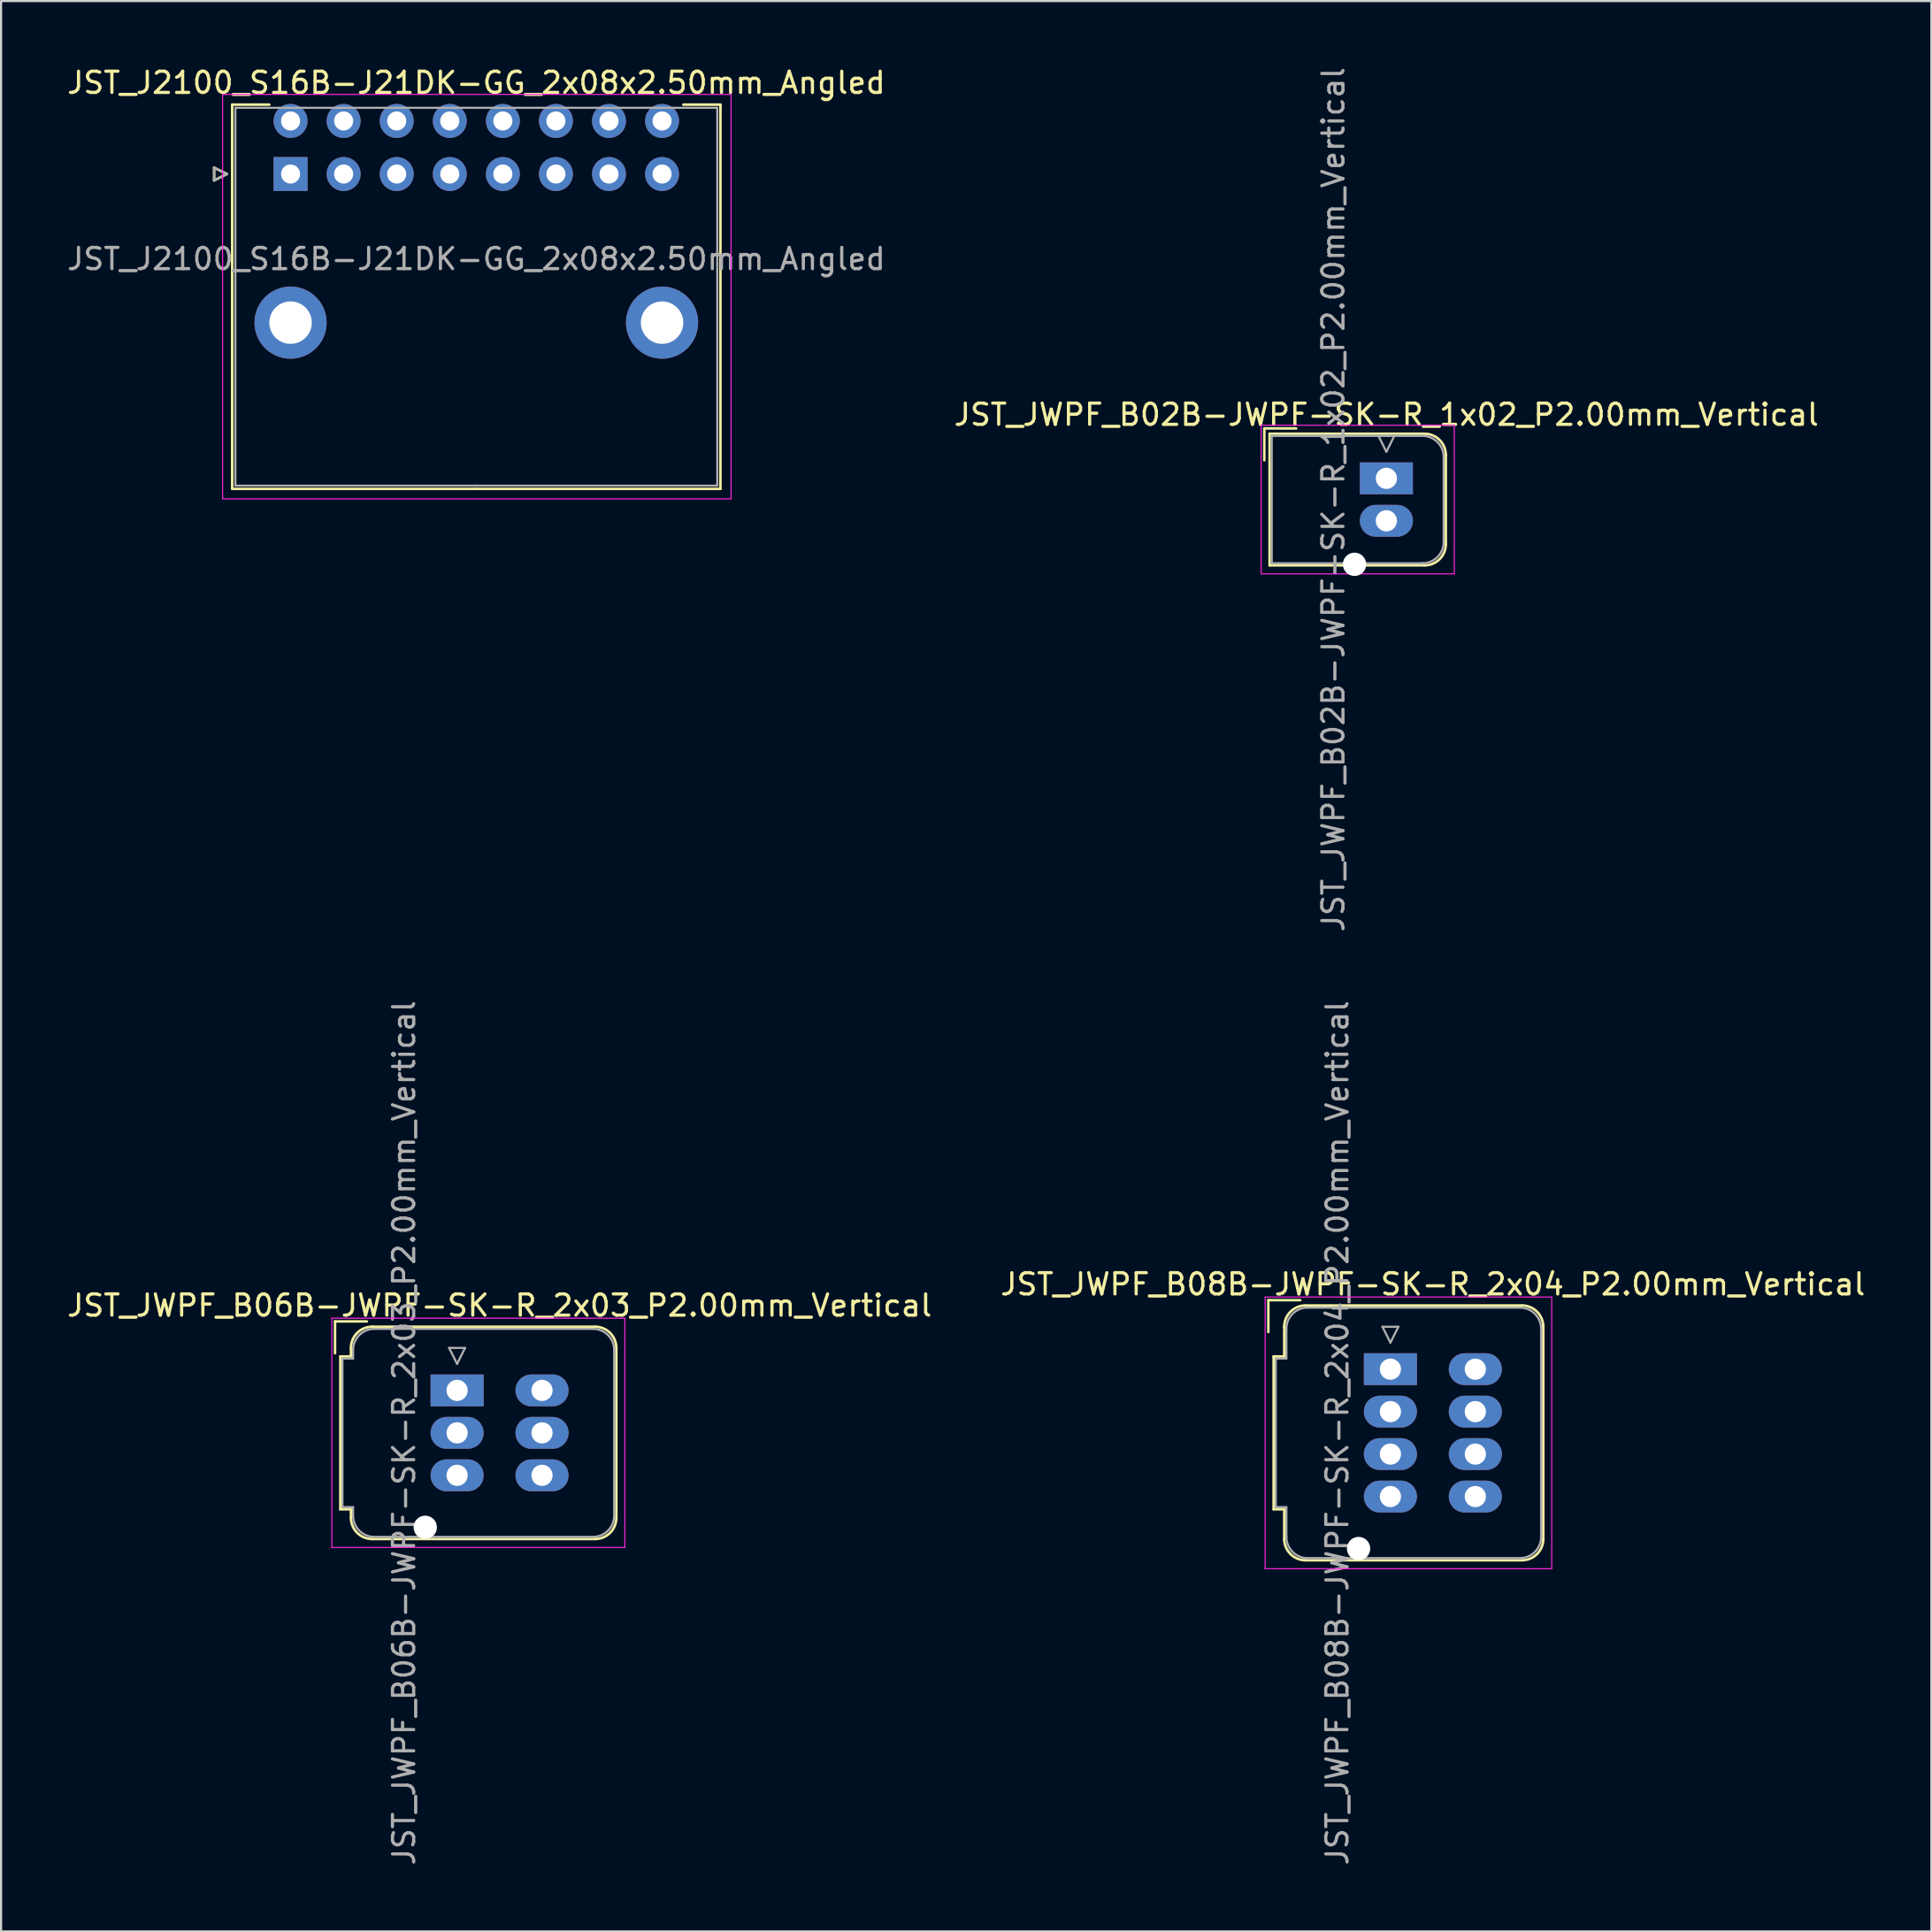
<source format=kicad_pcb>
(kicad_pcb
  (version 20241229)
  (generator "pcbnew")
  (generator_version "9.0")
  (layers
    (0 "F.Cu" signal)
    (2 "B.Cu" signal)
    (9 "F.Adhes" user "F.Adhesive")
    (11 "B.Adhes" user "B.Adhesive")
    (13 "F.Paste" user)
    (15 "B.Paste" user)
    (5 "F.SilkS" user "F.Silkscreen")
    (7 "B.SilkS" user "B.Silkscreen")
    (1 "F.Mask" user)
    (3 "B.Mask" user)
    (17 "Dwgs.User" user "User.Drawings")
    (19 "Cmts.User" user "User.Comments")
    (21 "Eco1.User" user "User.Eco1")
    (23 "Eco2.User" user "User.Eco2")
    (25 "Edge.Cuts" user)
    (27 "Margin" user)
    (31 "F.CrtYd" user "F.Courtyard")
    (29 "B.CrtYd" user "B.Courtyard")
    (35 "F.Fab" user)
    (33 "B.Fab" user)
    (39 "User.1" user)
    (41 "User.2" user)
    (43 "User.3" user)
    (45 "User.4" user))
  (footprint "JST_J2100_S16B-J21DK-GG_2x08x2.50mm_Angled"
    (layer "F.Cu")
    (at 10.637 5.148)
    (property "Reference" "JST_J2100_S16B-J21DK-GG_2x08x2.50mm_Angled" (at 8.75 -4.3 0) (layer "F.SilkS") (effects (font (size 1 1) (thickness 0.15))))
    (attr through_hole)
    (fp_line (start -3.6 -0.3) (end -3 0) (stroke (width 0.12) (type solid)) (layer "F.SilkS"))
    (fp_line (start -3.6 0.3) (end -3.6 -0.3) (stroke (width 0.12) (type solid)) (layer "F.SilkS"))
    (fp_line (start -3 0) (end -3.6 0.3) (stroke (width 0.12) (type solid)) (layer "F.SilkS"))
    (fp_line (start -2.75 -3.27) (end -2.75 14.83) (stroke (width 0.12) (type solid)) (layer "F.SilkS"))
    (fp_line (start -2.75 14.83) (end 8.75 14.83) (stroke (width 0.12) (type solid)) (layer "F.SilkS"))
    (fp_line (start -1 -3.27) (end -2.75 -3.27) (stroke (width 0.12) (type solid)) (layer "F.SilkS"))
    (fp_line (start 18.5 -3.27) (end 20.25 -3.27) (stroke (width 0.12) (type solid)) (layer "F.SilkS"))
    (fp_line (start 20.25 -3.27) (end 20.25 14.83) (stroke (width 0.12) (type solid)) (layer "F.SilkS"))
    (fp_line (start 20.25 14.83) (end 8.75 14.83) (stroke (width 0.12) (type solid)) (layer "F.SilkS"))
    (fp_line (start -3.2 -3.75) (end -3.2 15.3) (stroke (width 0.05) (type solid)) (layer "F.CrtYd"))
    (fp_line (start -3.2 15.3) (end 20.75 15.3) (stroke (width 0.05) (type solid)) (layer "F.CrtYd"))
    (fp_line (start 20.75 -3.75) (end -3.2 -3.75) (stroke (width 0.05) (type solid)) (layer "F.CrtYd"))
    (fp_line (start 20.75 15.3) (end 20.75 -3.75) (stroke (width 0.05) (type solid)) (layer "F.CrtYd"))
    (fp_line (start -3.6 -0.3) (end -3 0) (stroke (width 0.1) (type solid)) (layer "F.Fab"))
    (fp_line (start -3.6 0.3) (end -3.6 -0.3) (stroke (width 0.1) (type solid)) (layer "F.Fab"))
    (fp_line (start -3 0) (end -3.6 0.3) (stroke (width 0.1) (type solid)) (layer "F.Fab"))
    (fp_line (start -2.6 -3.12) (end -2.6 14.68) (stroke (width 0.1) (type solid)) (layer "F.Fab"))
    (fp_line (start -2.6 14.68) (end 20.1 14.68) (stroke (width 0.1) (type solid)) (layer "F.Fab"))
    (fp_line (start 20.1 -3.12) (end -2.6 -3.12) (stroke (width 0.1) (type solid)) (layer "F.Fab"))
    (fp_line (start 20.1 14.68) (end 20.1 -3.12) (stroke (width 0.1) (type solid)) (layer "F.Fab"))
    (fp_text user "${REFERENCE}" (at 8.75 4 0) (layer "F.Fab") (effects (font (size 1 1) (thickness 0.15))))
    (pad "" thru_hole circle (at 0 7) (size 3.4 3.4) (drill 2) (layers "*.Cu" "*.Mask"))
    (pad "" thru_hole circle (at 17.5 7) (size 3.4 3.4) (drill 2) (layers "*.Cu" "*.Mask"))
    (pad "1" thru_hole rect (at 0 0) (size 1.6 1.6) (drill 0.9) (layers "*.Cu" "*.Mask"))
    (pad "2" thru_hole circle (at 0 -2.5) (size 1.6 1.6) (drill 0.9) (layers "*.Cu" "*.Mask"))
    (pad "3" thru_hole circle (at 2.5 0) (size 1.6 1.6) (drill 0.9) (layers "*.Cu" "*.Mask"))
    (pad "4" thru_hole circle (at 2.5 -2.5) (size 1.6 1.6) (drill 0.9) (layers "*.Cu" "*.Mask"))
    (pad "5" thru_hole circle (at 5 0) (size 1.6 1.6) (drill 0.9) (layers "*.Cu" "*.Mask"))
    (pad "6" thru_hole circle (at 5 -2.5) (size 1.6 1.6) (drill 0.9) (layers "*.Cu" "*.Mask"))
    (pad "7" thru_hole circle (at 7.5 0) (size 1.6 1.6) (drill 0.9) (layers "*.Cu" "*.Mask"))
    (pad "8" thru_hole circle (at 7.5 -2.5) (size 1.6 1.6) (drill 0.9) (layers "*.Cu" "*.Mask"))
    (pad "9" thru_hole circle (at 10 0) (size 1.6 1.6) (drill 0.9) (layers "*.Cu" "*.Mask"))
    (pad "10" thru_hole circle (at 10 -2.5) (size 1.6 1.6) (drill 0.9) (layers "*.Cu" "*.Mask"))
    (pad "11" thru_hole circle (at 12.5 0) (size 1.6 1.6) (drill 0.9) (layers "*.Cu" "*.Mask"))
    (pad "12" thru_hole circle (at 12.5 -2.5) (size 1.6 1.6) (drill 0.9) (layers "*.Cu" "*.Mask"))
    (pad "13" thru_hole circle (at 15 0) (size 1.6 1.6) (drill 0.9) (layers "*.Cu" "*.Mask"))
    (pad "14" thru_hole circle (at 15 -2.5) (size 1.6 1.6) (drill 0.9) (layers "*.Cu" "*.Mask"))
    (pad "15" thru_hole circle (at 17.5 0) (size 1.6 1.6) (drill 0.9) (layers "*.Cu" "*.Mask"))
    (pad "16" thru_hole circle (at 17.5 -2.5) (size 1.6 1.6) (drill 0.9) (layers "*.Cu" "*.Mask")))
  (footprint "JST_JWPF_B02B-JWPF-SK-R_1x02_P2.00mm_Vertical"
    (layer "F.Cu")
    (at 62.256 19.482)
    (property "Reference" "JST_JWPF_B02B-JWPF-SK-R_1x02_P2.00mm_Vertical" (at 0 -3 0) (layer "F.SilkS") (effects (font (size 1 1) (thickness 0.15))))
    (attr through_hole)
    (fp_line (start -5.75 -2.35) (end -4.25 -2.35) (stroke (width 0.12) (type solid)) (layer "F.SilkS"))
    (fp_line (start -5.75 -0.85) (end -5.75 -2.35) (stroke (width 0.12) (type solid)) (layer "F.SilkS"))
    (fp_line (start -5.5 -2.1) (end -5.5 4.1) (stroke (width 0.12) (type solid)) (layer "F.SilkS"))
    (fp_line (start -5.5 4.1) (end 1.8 4.1) (stroke (width 0.12) (type solid)) (layer "F.SilkS"))
    (fp_line (start 1.8 -2.1) (end -5.5 -2.1) (stroke (width 0.12) (type solid)) (layer "F.SilkS"))
    (fp_line (start 2.8 -1.1) (end 2.8 3.1) (stroke (width 0.12) (type solid)) (layer "F.SilkS"))
    (fp_arc (start 1.8 -2.1) (mid 2.507107 -1.807107) (end 2.8 -1.1) (stroke (width 0.12) (type solid)) (layer "F.SilkS"))
    (fp_arc (start 2.8 3.1) (mid 2.507107 3.807107) (end 1.8 4.1) (stroke (width 0.12) (type solid)) (layer "F.SilkS"))
    (fp_line (start -5.9 -2.5) (end -5.9 4.5) (stroke (width 0.05) (type solid)) (layer "F.CrtYd"))
    (fp_line (start -5.9 4.5) (end 3.2 4.5) (stroke (width 0.05) (type solid)) (layer "F.CrtYd"))
    (fp_line (start 3.2 -2.5) (end -5.9 -2.5) (stroke (width 0.05) (type solid)) (layer "F.CrtYd"))
    (fp_line (start 3.2 4.5) (end 3.2 -2.5) (stroke (width 0.05) (type solid)) (layer "F.CrtYd"))
    (fp_line (start -5.4 -2) (end -5.4 4) (stroke (width 0.1) (type solid)) (layer "F.Fab"))
    (fp_line (start -5.4 4) (end 1.7 4) (stroke (width 0.1) (type solid)) (layer "F.Fab"))
    (fp_line (start -0.375 -2) (end 0.375 -2) (stroke (width 0.1) (type solid)) (layer "F.Fab"))
    (fp_line (start 0 -1.25) (end -0.375 -2) (stroke (width 0.1) (type solid)) (layer "F.Fab"))
    (fp_line (start 0.375 -2) (end 0 -1.25) (stroke (width 0.1) (type solid)) (layer "F.Fab"))
    (fp_line (start 1.7 -2) (end -5.4 -2) (stroke (width 0.1) (type solid)) (layer "F.Fab"))
    (fp_line (start 2.7 -1) (end 2.7 3) (stroke (width 0.1) (type solid)) (layer "F.Fab"))
    (fp_arc (start 1.7 -2) (mid 2.407107 -1.707107) (end 2.7 -1) (stroke (width 0.1) (type solid)) (layer "F.Fab"))
    (fp_arc (start 2.7 3) (mid 2.407107 3.707107) (end 1.7 4) (stroke (width 0.1) (type solid)) (layer "F.Fab"))
    (fp_text user "${REFERENCE}" (at -2.5 1 90) (layer "F.Fab") (effects (font (size 1 1) (thickness 0.15))))
    (pad "" np_thru_hole circle (at -1.5 4.05) (size 1.1 1.1) (drill 1.1) (layers "*.Cu" "*.Mask"))
    (pad "1" thru_hole rect (at 0 0) (size 2.5 1.5) (drill 1) (layers "*.Cu" "*.Mask"))
    (pad "2" thru_hole oval (at 0 2) (size 2.5 1.5) (drill 1) (layers "*.Cu" "*.Mask")))
  (footprint "JST_JWPF_B06B-JWPF-SK-R_2x03_P2.00mm_Vertical"
    (layer "F.Cu")
    (at 18.482 62.446)
    (property "Reference" "JST_JWPF_B06B-JWPF-SK-R_2x03_P2.00mm_Vertical" (at 2 -4 0) (layer "F.SilkS") (effects (font (size 1 1) (thickness 0.15))))
    (attr through_hole)
    (fp_line (start -5.75 -3.25) (end -4.25 -3.25) (stroke (width 0.12) (type solid)) (layer "F.SilkS"))
    (fp_line (start -5.75 -1.75) (end -5.75 -3.25) (stroke (width 0.12) (type solid)) (layer "F.SilkS"))
    (fp_line (start -5.5 -1.6) (end -5.5 5.6) (stroke (width 0.12) (type solid)) (layer "F.SilkS"))
    (fp_line (start -5.5 5.6) (end -5 5.6) (stroke (width 0.12) (type solid)) (layer "F.SilkS"))
    (fp_line (start -5 -2) (end -5 -1.6) (stroke (width 0.12) (type solid)) (layer "F.SilkS"))
    (fp_line (start -5 -1.6) (end -5.5 -1.6) (stroke (width 0.12) (type solid)) (layer "F.SilkS"))
    (fp_line (start -5 5.6) (end -5 6) (stroke (width 0.12) (type solid)) (layer "F.SilkS"))
    (fp_line (start -4 -3) (end 6.5 -3) (stroke (width 0.12) (type solid)) (layer "F.SilkS"))
    (fp_line (start -4 7) (end 6.5 7) (stroke (width 0.12) (type solid)) (layer "F.SilkS"))
    (fp_line (start 7.5 -2) (end 7.5 6) (stroke (width 0.12) (type solid)) (layer "F.SilkS"))
    (fp_arc (start -5 -2) (mid -4.707107 -2.707107) (end -4 -3) (stroke (width 0.12) (type solid)) (layer "F.SilkS"))
    (fp_arc (start -4 7) (mid -4.707107 6.707107) (end -5 6) (stroke (width 0.12) (type solid)) (layer "F.SilkS"))
    (fp_arc (start 6.5 -3) (mid 7.207107 -2.707107) (end 7.5 -2) (stroke (width 0.12) (type solid)) (layer "F.SilkS"))
    (fp_arc (start 7.5 6) (mid 7.207107 6.707107) (end 6.5 7) (stroke (width 0.12) (type solid)) (layer "F.SilkS"))
    (fp_line (start -5.9 -3.4) (end -5.9 7.4) (stroke (width 0.05) (type solid)) (layer "F.CrtYd"))
    (fp_line (start -5.9 7.4) (end 7.9 7.4) (stroke (width 0.05) (type solid)) (layer "F.CrtYd"))
    (fp_line (start 7.9 -3.4) (end -5.9 -3.4) (stroke (width 0.05) (type solid)) (layer "F.CrtYd"))
    (fp_line (start 7.9 7.4) (end 7.9 -3.4) (stroke (width 0.05) (type solid)) (layer "F.CrtYd"))
    (fp_line (start -5.4 -1.5) (end -5.4 5.5) (stroke (width 0.1) (type solid)) (layer "F.Fab"))
    (fp_line (start -5.4 5.5) (end -4.9 5.5) (stroke (width 0.1) (type solid)) (layer "F.Fab"))
    (fp_line (start -4.9 -1.9) (end -4.9 -1.5) (stroke (width 0.1) (type solid)) (layer "F.Fab"))
    (fp_line (start -4.9 -1.5) (end -5.4 -1.5) (stroke (width 0.1) (type solid)) (layer "F.Fab"))
    (fp_line (start -4.9 5.5) (end -4.9 5.9) (stroke (width 0.1) (type solid)) (layer "F.Fab"))
    (fp_line (start -3.9 -2.9) (end 6.4 -2.9) (stroke (width 0.1) (type solid)) (layer "F.Fab"))
    (fp_line (start -3.9 6.9) (end 6.4 6.9) (stroke (width 0.1) (type solid)) (layer "F.Fab"))
    (fp_line (start -0.375 -2) (end 0.375 -2) (stroke (width 0.1) (type solid)) (layer "F.Fab"))
    (fp_line (start 0 -1.25) (end -0.375 -2) (stroke (width 0.1) (type solid)) (layer "F.Fab"))
    (fp_line (start 0.375 -2) (end 0 -1.25) (stroke (width 0.1) (type solid)) (layer "F.Fab"))
    (fp_line (start 7.4 -1.9) (end 7.4 5.9) (stroke (width 0.1) (type solid)) (layer "F.Fab"))
    (fp_arc (start -4.9 -1.9) (mid -4.607107 -2.607107) (end -3.9 -2.9) (stroke (width 0.1) (type solid)) (layer "F.Fab"))
    (fp_arc (start -3.9 6.9) (mid -4.607107 6.607107) (end -4.9 5.9) (stroke (width 0.1) (type solid)) (layer "F.Fab"))
    (fp_arc (start 6.4 -2.9) (mid 7.107107 -2.607107) (end 7.4 -1.9) (stroke (width 0.1) (type solid)) (layer "F.Fab"))
    (fp_arc (start 7.4 5.9) (mid 7.107107 6.607107) (end 6.4 6.9) (stroke (width 0.1) (type solid)) (layer "F.Fab"))
    (fp_text user "${REFERENCE}" (at -2.5 2 90) (layer "F.Fab") (effects (font (size 1 1) (thickness 0.15))))
    (pad "" np_thru_hole circle (at -1.5 6.45) (size 1.1 1.1) (drill 1.1) (layers "*.Cu" "*.Mask"))
    (pad "1" thru_hole rect (at 0 0) (size 2.5 1.5) (drill 1) (layers "*.Cu" "*.Mask"))
    (pad "2" thru_hole oval (at 0 2) (size 2.5 1.5) (drill 1) (layers "*.Cu" "*.Mask"))
    (pad "3" thru_hole oval (at 0 4) (size 2.5 1.5) (drill 1) (layers "*.Cu" "*.Mask"))
    (pad "4" thru_hole oval (at 4 0) (size 2.5 1.5) (drill 1) (layers "*.Cu" "*.Mask"))
    (pad "5" thru_hole oval (at 4 2) (size 2.5 1.5) (drill 1) (layers "*.Cu" "*.Mask"))
    (pad "6" thru_hole oval (at 4 4) (size 2.5 1.5) (drill 1) (layers "*.Cu" "*.Mask")))
  (footprint "JST_JWPF_B08B-JWPF-SK-R_2x04_P2.00mm_Vertical"
    (layer "F.Cu")
    (at 62.446 61.446)
    (property "Reference" "JST_JWPF_B08B-JWPF-SK-R_2x04_P2.00mm_Vertical" (at 2 -4 0) (layer "F.SilkS") (effects (font (size 1 1) (thickness 0.15))))
    (attr through_hole)
    (fp_line (start -5.75 -3.25) (end -4.25 -3.25) (stroke (width 0.12) (type solid)) (layer "F.SilkS"))
    (fp_line (start -5.75 -1.75) (end -5.75 -3.25) (stroke (width 0.12) (type solid)) (layer "F.SilkS"))
    (fp_line (start -5.5 -0.6) (end -5.5 6.6) (stroke (width 0.12) (type solid)) (layer "F.SilkS"))
    (fp_line (start -5.5 6.6) (end -5 6.6) (stroke (width 0.12) (type solid)) (layer "F.SilkS"))
    (fp_line (start -5 -2) (end -5 -0.6) (stroke (width 0.12) (type solid)) (layer "F.SilkS"))
    (fp_line (start -5 -0.6) (end -5.5 -0.6) (stroke (width 0.12) (type solid)) (layer "F.SilkS"))
    (fp_line (start -5 6.6) (end -5 8) (stroke (width 0.12) (type solid)) (layer "F.SilkS"))
    (fp_line (start -4 -3) (end 6.2 -3) (stroke (width 0.12) (type solid)) (layer "F.SilkS"))
    (fp_line (start -4 9) (end 6.2 9) (stroke (width 0.12) (type solid)) (layer "F.SilkS"))
    (fp_line (start 7.2 -2) (end 7.2 8) (stroke (width 0.12) (type solid)) (layer "F.SilkS"))
    (fp_arc (start -5 -2) (mid -4.707107 -2.707107) (end -4 -3) (stroke (width 0.12) (type solid)) (layer "F.SilkS"))
    (fp_arc (start -4 9) (mid -4.707107 8.707107) (end -5 8) (stroke (width 0.12) (type solid)) (layer "F.SilkS"))
    (fp_arc (start 6.2 -3) (mid 6.907107 -2.707107) (end 7.2 -2) (stroke (width 0.12) (type solid)) (layer "F.SilkS"))
    (fp_arc (start 7.2 8) (mid 6.907107 8.707107) (end 6.2 9) (stroke (width 0.12) (type solid)) (layer "F.SilkS"))
    (fp_line (start -5.9 -3.4) (end -5.9 9.4) (stroke (width 0.05) (type solid)) (layer "F.CrtYd"))
    (fp_line (start -5.9 9.4) (end 7.6 9.4) (stroke (width 0.05) (type solid)) (layer "F.CrtYd"))
    (fp_line (start 7.6 -3.4) (end -5.9 -3.4) (stroke (width 0.05) (type solid)) (layer "F.CrtYd"))
    (fp_line (start 7.6 9.4) (end 7.6 -3.4) (stroke (width 0.05) (type solid)) (layer "F.CrtYd"))
    (fp_line (start -5.4 -0.5) (end -5.4 6.5) (stroke (width 0.1) (type solid)) (layer "F.Fab"))
    (fp_line (start -5.4 6.5) (end -4.9 6.5) (stroke (width 0.1) (type solid)) (layer "F.Fab"))
    (fp_line (start -4.9 -1.9) (end -4.9 -0.5) (stroke (width 0.1) (type solid)) (layer "F.Fab"))
    (fp_line (start -4.9 -0.5) (end -5.4 -0.5) (stroke (width 0.1) (type solid)) (layer "F.Fab"))
    (fp_line (start -4.9 6.5) (end -4.9 7.9) (stroke (width 0.1) (type solid)) (layer "F.Fab"))
    (fp_line (start -3.9 -2.9) (end 6.1 -2.9) (stroke (width 0.1) (type solid)) (layer "F.Fab"))
    (fp_line (start -3.9 8.9) (end 6.1 8.9) (stroke (width 0.1) (type solid)) (layer "F.Fab"))
    (fp_line (start -0.375 -2) (end 0.375 -2) (stroke (width 0.1) (type solid)) (layer "F.Fab"))
    (fp_line (start 0 -1.25) (end -0.375 -2) (stroke (width 0.1) (type solid)) (layer "F.Fab"))
    (fp_line (start 0.375 -2) (end 0 -1.25) (stroke (width 0.1) (type solid)) (layer "F.Fab"))
    (fp_line (start 7.1 -1.9) (end 7.1 7.9) (stroke (width 0.1) (type solid)) (layer "F.Fab"))
    (fp_arc (start -4.9 -1.9) (mid -4.607107 -2.607107) (end -3.9 -2.9) (stroke (width 0.1) (type solid)) (layer "F.Fab"))
    (fp_arc (start -3.9 8.9) (mid -4.607107 8.607107) (end -4.9 7.9) (stroke (width 0.1) (type solid)) (layer "F.Fab"))
    (fp_arc (start 6.1 -2.9) (mid 6.807107 -2.607107) (end 7.1 -1.9) (stroke (width 0.1) (type solid)) (layer "F.Fab"))
    (fp_arc (start 7.1 7.9) (mid 6.807107 8.607107) (end 6.1 8.9) (stroke (width 0.1) (type solid)) (layer "F.Fab"))
    (fp_text user "${REFERENCE}" (at -2.5 3 90) (layer "F.Fab") (effects (font (size 1 1) (thickness 0.15))))
    (pad "" np_thru_hole circle (at -1.5 8.45) (size 1.1 1.1) (drill 1.1) (layers "*.Cu" "*.Mask"))
    (pad "1" thru_hole rect (at 0 0) (size 2.5 1.5) (drill 1) (layers "*.Cu" "*.Mask"))
    (pad "2" thru_hole oval (at 0 2) (size 2.5 1.5) (drill 1) (layers "*.Cu" "*.Mask"))
    (pad "3" thru_hole oval (at 0 4) (size 2.5 1.5) (drill 1) (layers "*.Cu" "*.Mask"))
    (pad "4" thru_hole oval (at 0 6) (size 2.5 1.5) (drill 1) (layers "*.Cu" "*.Mask"))
    (pad "5" thru_hole oval (at 4 0) (size 2.5 1.5) (drill 1) (layers "*.Cu" "*.Mask"))
    (pad "6" thru_hole oval (at 4 2) (size 2.5 1.5) (drill 1) (layers "*.Cu" "*.Mask"))
    (pad "7" thru_hole oval (at 4 4) (size 2.5 1.5) (drill 1) (layers "*.Cu" "*.Mask"))
    (pad "8" thru_hole oval (at 4 6) (size 2.5 1.5) (drill 1) (layers "*.Cu" "*.Mask")))
  (gr_rect
    (start -3 -3)
    (end 87.929 87.929)
    (stroke (width 0.1) (type default))
    (fill no)
    (layer "Edge.Cuts")))
</source>
